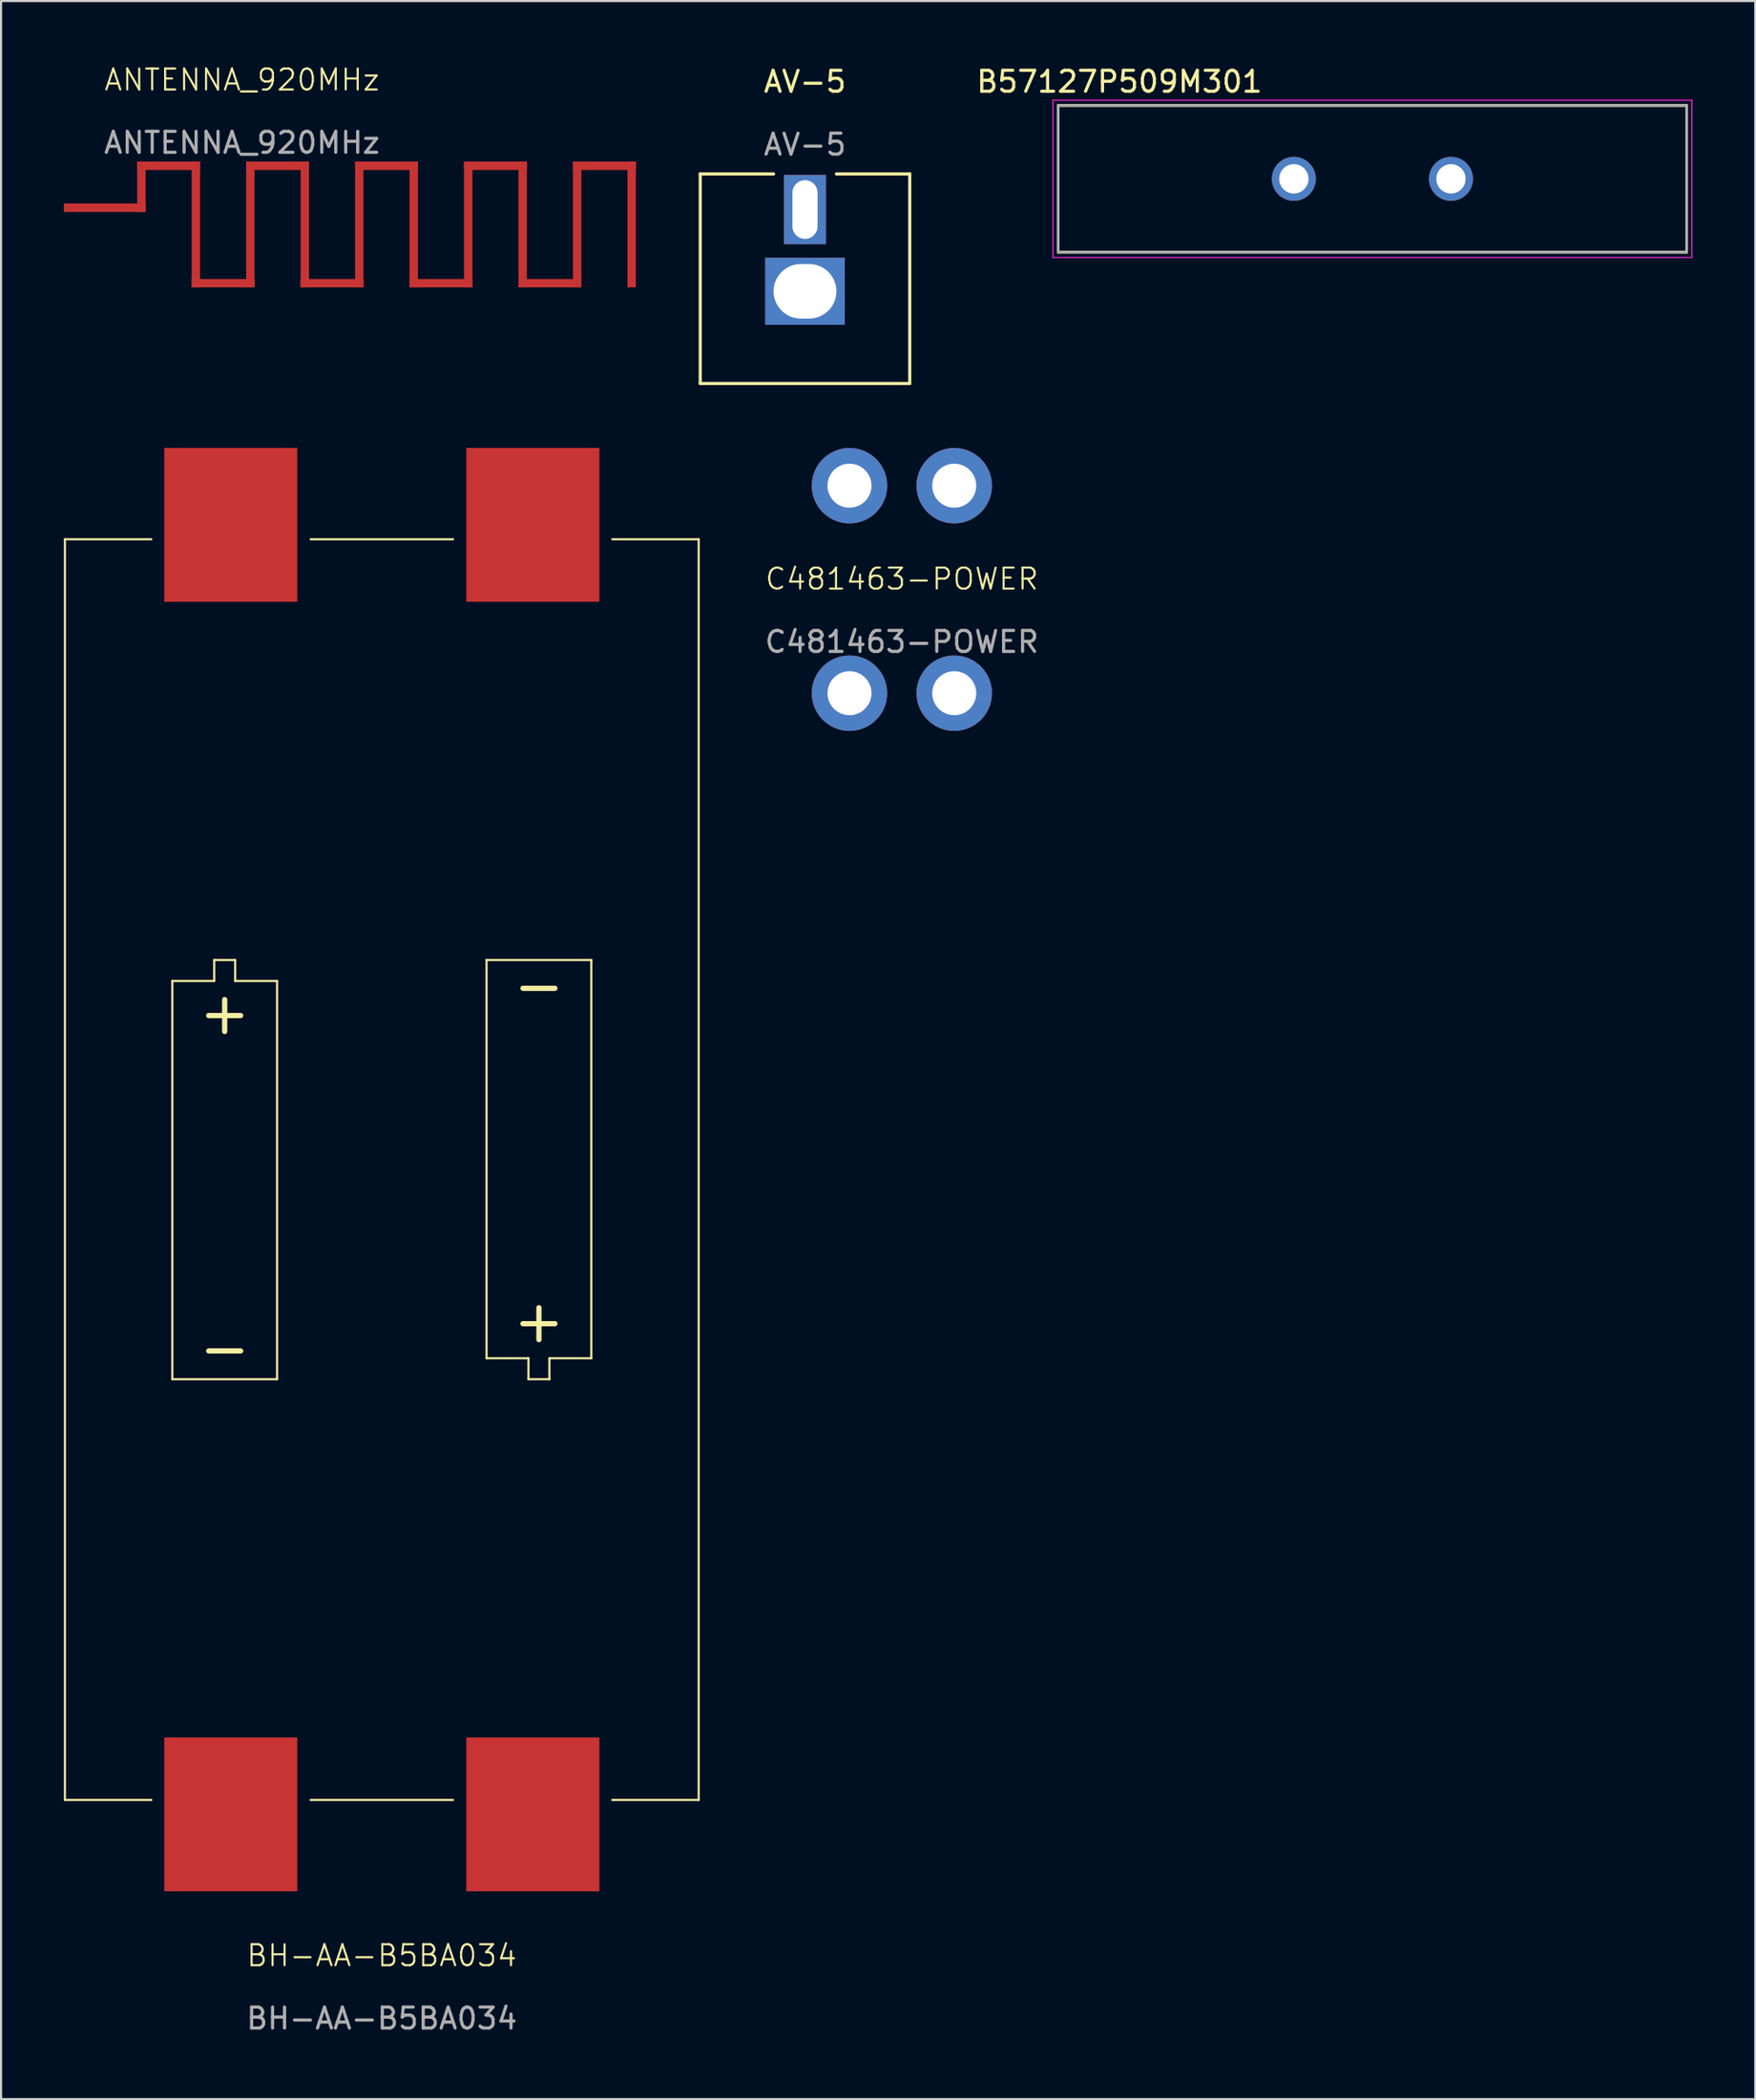
<source format=kicad_pcb>
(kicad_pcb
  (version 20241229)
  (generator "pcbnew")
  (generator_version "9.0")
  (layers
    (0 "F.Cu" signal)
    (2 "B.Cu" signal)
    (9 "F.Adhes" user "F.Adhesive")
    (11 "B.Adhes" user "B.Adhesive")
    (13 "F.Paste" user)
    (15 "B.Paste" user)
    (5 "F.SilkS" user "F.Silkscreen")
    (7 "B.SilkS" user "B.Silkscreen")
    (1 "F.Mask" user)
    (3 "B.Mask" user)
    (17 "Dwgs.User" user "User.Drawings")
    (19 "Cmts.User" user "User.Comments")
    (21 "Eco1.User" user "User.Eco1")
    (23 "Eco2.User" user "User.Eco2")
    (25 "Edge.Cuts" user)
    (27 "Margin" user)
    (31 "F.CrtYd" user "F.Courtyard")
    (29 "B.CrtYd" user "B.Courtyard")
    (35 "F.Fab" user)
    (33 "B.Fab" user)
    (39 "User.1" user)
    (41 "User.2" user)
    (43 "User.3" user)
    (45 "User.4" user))
  (footprint "B57127P509M301"
    (layer "F.Cu")
    (at 62.46 5.483)
    (property "Reference" "B57127P509M301" (at -12.075 -4.635 0) (layer "F.SilkS") (effects (font (size 1 1) (thickness 0.15))))
    (attr through_hole)
    (fp_line (start -15 -3.5) (end 15 -3.5) (stroke (width 0.127) (type solid)) (layer "F.SilkS"))
    (fp_line (start -15 3.5) (end -15 -3.5) (stroke (width 0.127) (type solid)) (layer "F.SilkS"))
    (fp_line (start 15 -3.5) (end 15 3.5) (stroke (width 0.127) (type solid)) (layer "F.SilkS"))
    (fp_line (start 15 3.5) (end -15 3.5) (stroke (width 0.127) (type solid)) (layer "F.SilkS"))
    (fp_line (start -15.25 -3.75) (end 15.25 -3.75) (stroke (width 0.05) (type solid)) (layer "F.CrtYd"))
    (fp_line (start -15.25 3.75) (end -15.25 -3.75) (stroke (width 0.05) (type solid)) (layer "F.CrtYd"))
    (fp_line (start 15.25 -3.75) (end 15.25 3.75) (stroke (width 0.05) (type solid)) (layer "F.CrtYd"))
    (fp_line (start 15.25 3.75) (end -15.25 3.75) (stroke (width 0.05) (type solid)) (layer "F.CrtYd"))
    (fp_line (start -15 -3.5) (end 15 -3.5) (stroke (width 0.127) (type solid)) (layer "F.Fab"))
    (fp_line (start -15 3.5) (end -15 -3.5) (stroke (width 0.127) (type solid)) (layer "F.Fab"))
    (fp_line (start 15 -3.5) (end 15 3.5) (stroke (width 0.127) (type solid)) (layer "F.Fab"))
    (fp_line (start 15 3.5) (end -15 3.5) (stroke (width 0.127) (type solid)) (layer "F.Fab"))
    (pad "1" thru_hole circle (at -3.75 0) (size 2.1 2.1) (drill 1.4) (layers "*.Cu" "*.Mask"))
    (pad "2" thru_hole circle (at 3.75 0) (size 2.1 2.1) (drill 1.4) (layers "*.Cu" "*.Mask")))
  (footprint "ANTENNA_920MHz"
    (layer "F.Cu")
    (at 0.5 12.761)
    (property "Reference" "ANTENNA_920MHz" (at 8 -12 0) (unlocked yes) (layer "F.SilkS") (effects (font (size 1 1) (thickness 0.1))))
    (fp_text user "${REFERENCE}" (at 8 -9 0) (unlocked yes) (layer "F.Fab") (effects (font (size 1 1) (thickness 0.15))))
    (pad "1" smd rect (at 1.45 -5.9) (size 3.9 0.4) (layers "F.Cu" "F.Mask" "F.Paste"))
    (pad "1" smd rect (at 3.2 -6.9 90) (size 2.4 0.4) (layers "F.Cu" "F.Mask" "F.Paste"))
    (pad "1" smd rect (at 4.5 -7.9 180) (size 3 0.4) (layers "F.Cu" "F.Mask" "F.Paste"))
    (pad "1" smd rect (at 5.8 -5.1 90) (size 6 0.4) (layers "F.Cu" "F.Mask" "F.Paste"))
    (pad "1" smd rect (at 7.1 -2.3 180) (size 3 0.4) (layers "F.Cu" "F.Mask" "F.Paste"))
    (pad "1" smd rect (at 8.4 -5.1 90) (size 6 0.4) (layers "F.Cu" "F.Mask" "F.Paste"))
    (pad "1" smd rect (at 9.7 -7.9 180) (size 3 0.4) (layers "F.Cu" "F.Mask" "F.Paste"))
    (pad "1" smd rect (at 11 -5.1 90) (size 6 0.4) (layers "F.Cu" "F.Mask" "F.Paste"))
    (pad "1" smd rect (at 12.3 -2.3 180) (size 3 0.4) (layers "F.Cu" "F.Mask" "F.Paste"))
    (pad "1" smd rect (at 13.6 -5.1 90) (size 6 0.4) (layers "F.Cu" "F.Mask" "F.Paste"))
    (pad "1" smd rect (at 14.9 -7.9 180) (size 3 0.4) (layers "F.Cu" "F.Mask" "F.Paste"))
    (pad "1" smd rect (at 16.2 -5.1 90) (size 6 0.4) (layers "F.Cu" "F.Mask" "F.Paste"))
    (pad "1" smd rect (at 17.5 -2.3 180) (size 3 0.4) (layers "F.Cu" "F.Mask" "F.Paste"))
    (pad "1" smd rect (at 18.8 -5.1 90) (size 6 0.4) (layers "F.Cu" "F.Mask" "F.Paste"))
    (pad "1" smd rect (at 20.1 -7.9 180) (size 3 0.4) (layers "F.Cu" "F.Mask" "F.Paste"))
    (pad "1" smd rect (at 21.4 -5.1 90) (size 6 0.4) (layers "F.Cu" "F.Mask" "F.Paste"))
    (pad "1" smd rect (at 22.7 -2.3 180) (size 3 0.4) (layers "F.Cu" "F.Mask" "F.Paste"))
    (pad "1" smd rect (at 24 -5.1 90) (size 6 0.4) (layers "F.Cu" "F.Mask" "F.Paste"))
    (pad "1" smd rect (at 25.3 -7.9 180) (size 3 0.4) (layers "F.Cu" "F.Mask" "F.Paste"))
    (pad "1" smd rect (at 26.6 -5.1 90) (size 6 0.4) (layers "F.Cu" "F.Mask" "F.Paste")))
  (footprint "AV-5"
    (layer "F.Cu")
    (at 35.375 10.848)
    (property "Reference" "AV-5" (at 0 -10 0) (unlocked yes) (layer "F.SilkS") (effects (font (size 1 1) (thickness 0.15))))
    (fp_line (start -5 -5.6) (end -1.5 -5.6) (stroke (width 0.15) (type solid)) (layer "F.SilkS"))
    (fp_line (start -5 4.4) (end -5 -5.6) (stroke (width 0.15) (type solid)) (layer "F.SilkS"))
    (fp_line (start -5 4.4) (end 5 4.4) (stroke (width 0.15) (type solid)) (layer "F.SilkS"))
    (fp_line (start 1.5 -5.6) (end 5 -5.6) (stroke (width 0.15) (type solid)) (layer "F.SilkS"))
    (fp_line (start 5 4.4) (end 5 -5.6) (stroke (width 0.15) (type solid)) (layer "F.SilkS"))
    (fp_text user "${REFERENCE}" (at 0 -7 0) (unlocked yes) (layer "F.Fab") (effects (font (size 1 1) (thickness 0.15))))
    (pad "1" thru_hole rect (at 0 -3.9 90) (size 3.3 2) (drill oval 2.8 1.2) (layers "*.Cu" "*.Mask"))
    (pad "2" thru_hole rect (at 0 0 180) (size 3.8 3.2) (drill oval 3 2.6) (layers "*.Cu" "*.Mask")))
  (footprint "C481463-POWER"
    (layer "F.Cu")
    (at 39.999 25.073)
    (property "Reference" "C481463-POWER" (at 0 -0.5 0) (unlocked yes) (layer "F.SilkS") (effects (font (size 1 1) (thickness 0.1))))
    (attr through_hole)
    (fp_text user "${REFERENCE}" (at 0 2.5 0) (unlocked yes) (layer "F.Fab") (effects (font (size 1 1) (thickness 0.15))))
    (pad "1" thru_hole circle (at -2.5 -4.95) (size 3.6 3.6) (drill 2.1) (layers "*.Cu" "*.Mask"))
    (pad "1" thru_hole circle (at -2.5 4.95) (size 3.6 3.6) (drill 2.1) (layers "*.Cu" "*.Mask"))
    (pad "1" thru_hole circle (at 2.5 -4.95) (size 3.6 3.6) (drill 2.1) (layers "*.Cu" "*.Mask"))
    (pad "1" thru_hole circle (at 2.5 4.95) (size 3.6 3.6) (drill 2.1) (layers "*.Cu" "*.Mask")))
  (footprint "BH-AA-B5BA034"
    (layer "F.Cu")
    (at 15.175 52.753)
    (property "Reference" "BH-AA-B5BA034" (at 0 37.5 0) (unlocked yes) (layer "F.SilkS") (effects (font (size 1 1) (thickness 0.1))))
    (attr smd)
    (fp_line (start -15.125 30.075) (end -15.125 -30.075) (stroke (width 0.1) (type default)) (layer "F.SilkS"))
    (fp_line (start -11 -30.075) (end -15.125 -30.075) (stroke (width 0.1) (type default)) (layer "F.SilkS"))
    (fp_line (start -11 30.075) (end -15.125 30.075) (stroke (width 0.1) (type default)) (layer "F.SilkS"))
    (fp_line (start -10 -9) (end -10 10) (stroke (width 0.1) (type default)) (layer "F.SilkS"))
    (fp_line (start -10 10) (end -5 10) (stroke (width 0.1) (type default)) (layer "F.SilkS"))
    (fp_line (start -8 -10) (end -8 -9) (stroke (width 0.1) (type default)) (layer "F.SilkS"))
    (fp_line (start -8 -9) (end -10 -9) (stroke (width 0.1) (type default)) (layer "F.SilkS"))
    (fp_line (start -7 -10) (end -8 -10) (stroke (width 0.1) (type default)) (layer "F.SilkS"))
    (fp_line (start -7 -9) (end -7 -10) (stroke (width 0.1) (type default)) (layer "F.SilkS"))
    (fp_line (start -5 -9) (end -7 -9) (stroke (width 0.1) (type default)) (layer "F.SilkS"))
    (fp_line (start -5 10) (end -5 -9) (stroke (width 0.1) (type default)) (layer "F.SilkS"))
    (fp_line (start 3.4 -30.075) (end -3.4 -30.075) (stroke (width 0.1) (type default)) (layer "F.SilkS"))
    (fp_line (start 3.4 30.075) (end -3.4 30.075) (stroke (width 0.1) (type default)) (layer "F.SilkS"))
    (fp_line (start 5 -10) (end 5 9) (stroke (width 0.1) (type default)) (layer "F.SilkS"))
    (fp_line (start 5 9) (end 7 9) (stroke (width 0.1) (type default)) (layer "F.SilkS"))
    (fp_line (start 7 9) (end 7 10) (stroke (width 0.1) (type default)) (layer "F.SilkS"))
    (fp_line (start 7 10) (end 8 10) (stroke (width 0.1) (type default)) (layer "F.SilkS"))
    (fp_line (start 8 9) (end 10 9) (stroke (width 0.1) (type default)) (layer "F.SilkS"))
    (fp_line (start 8 10) (end 8 9) (stroke (width 0.1) (type default)) (layer "F.SilkS"))
    (fp_line (start 10 -10) (end 5 -10) (stroke (width 0.1) (type default)) (layer "F.SilkS"))
    (fp_line (start 10 9) (end 10 -10) (stroke (width 0.1) (type default)) (layer "F.SilkS"))
    (fp_line (start 15.125 -30.075) (end 11 -30.075) (stroke (width 0.1) (type default)) (layer "F.SilkS"))
    (fp_line (start 15.125 -30.075) (end 15.125 30.075) (stroke (width 0.1) (type default)) (layer "F.SilkS"))
    (fp_line (start 15.125 30.075) (end 11 30.075) (stroke (width 0.1) (type default)) (layer "F.SilkS"))
    (fp_text user "-" (at -7.5 8.5 0) (unlocked yes) (layer "F.SilkS") (effects (font (size 2 2) (thickness 0.25))))
    (fp_text user "-" (at 7.5 -8.5 180) (unlocked yes) (layer "F.SilkS") (effects (font (size 2 2) (thickness 0.25))))
    (fp_text user "+" (at 7.5 7.5 180) (unlocked yes) (layer "F.SilkS") (effects (font (size 2 2) (thickness 0.25))))
    (fp_text user "+" (at -7.5 -7.5 0) (unlocked yes) (layer "F.SilkS") (effects (font (size 2 2) (thickness 0.25))))
    (fp_text user "${REFERENCE}" (at 0 40.5 0) (unlocked yes) (layer "F.Fab") (effects (font (size 1 1) (thickness 0.15))))
    (pad "1" smd rect (at -7.21 -30.76) (size 6.35 7.34) (layers "F.Cu" "F.Mask" "F.Paste"))
    (pad "2" smd rect (at -7.21 30.76) (size 6.35 7.34) (layers "F.Cu" "F.Mask" "F.Paste"))
    (pad "3" smd rect (at 7.21 -30.76) (size 6.35 7.34) (layers "F.Cu" "F.Mask" "F.Paste"))
    (pad "4" smd rect (at 7.21 30.76) (size 6.35 7.34) (layers "F.Cu" "F.Mask" "F.Paste")))
  (gr_rect
    (start -3 -3)
    (end 80.735 97.102)
    (stroke (width 0.1) (type default))
    (fill no)
    (layer "Edge.Cuts")))
</source>
